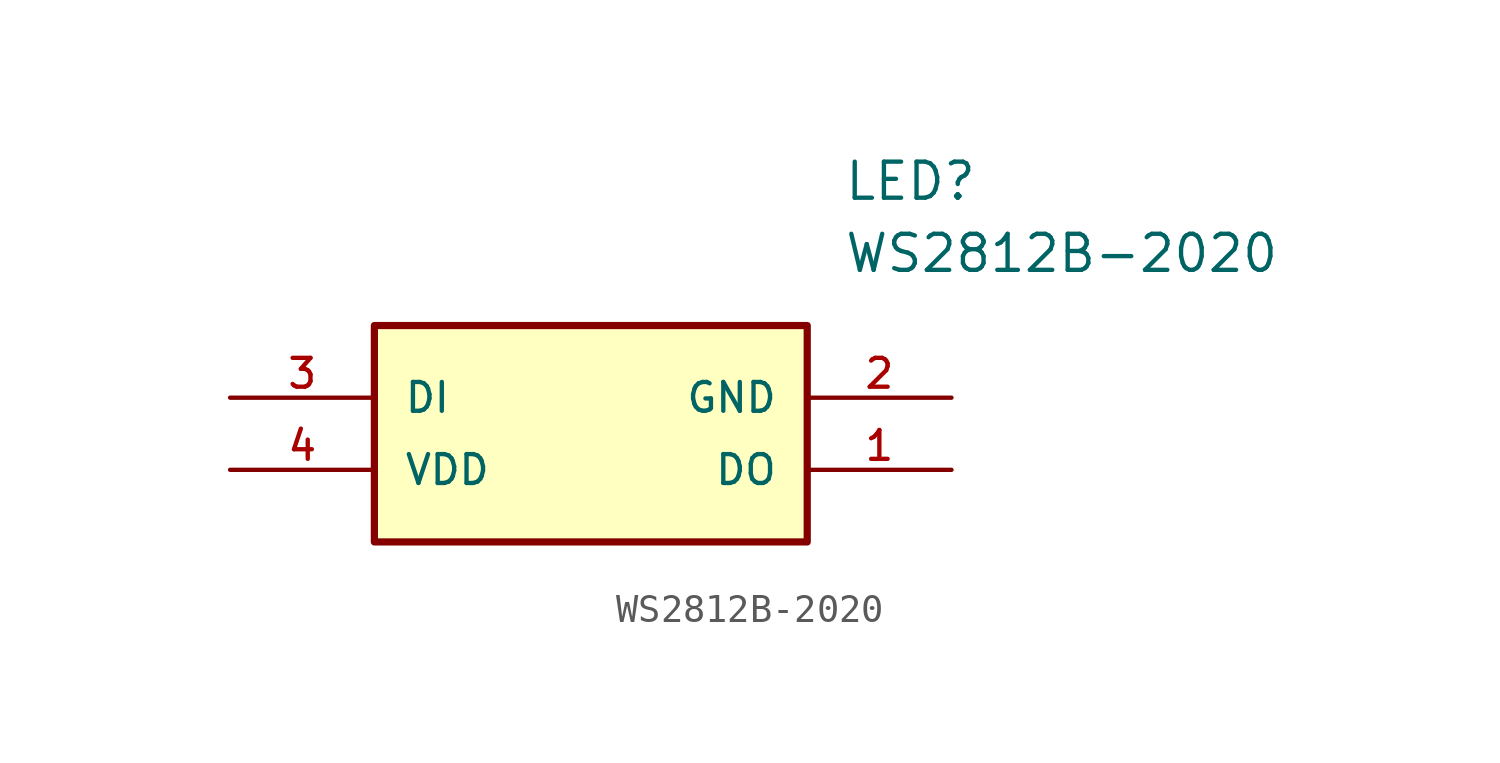
<source format=kicad_sym>
(kicad_symbol_lib
  (version 20211014)
  (generator kicad_symbol_editor)
  (symbol "WS2812B-2020"
    (pin_names
      (offset 1.016))
    (property "Reference" "LED"
      (at 21.59 7.62 0)
      (effects (font (size 1.27 1.27)) (justify left)))
    (property "Value" "WS2812B-2020"
      (at 21.59 5.08 0)
      (effects (font (size 1.27 1.27)) (justify left)))
    (symbol "WS2812B-2020_0_0"
      (rectangle (start 5.08 -5.08) (end 20.32 2.54) (stroke (width 0.254)) (fill (type background)))
      (pin bidirectional line (at 25.4 -2.54 180.0) (length 5.08) (name "DO" (effects (font (size 1.016 1.016)))) (number "1" (effects (font (size 1.016 1.016)))))
      (pin bidirectional line (at 25.4 0.0 180.0) (length 5.08) (name "GND" (effects (font (size 1.016 1.016)))) (number "2" (effects (font (size 1.016 1.016)))))
      (pin bidirectional line (at 0.0 0.0 0) (length 5.08) (name "DI" (effects (font (size 1.016 1.016)))) (number "3" (effects (font (size 1.016 1.016)))))
      (pin bidirectional line (at 0.0 -2.54 0) (length 5.08) (name "VDD" (effects (font (size 1.016 1.016)))) (number "4" (effects (font (size 1.016 1.016))))))))
</source>
